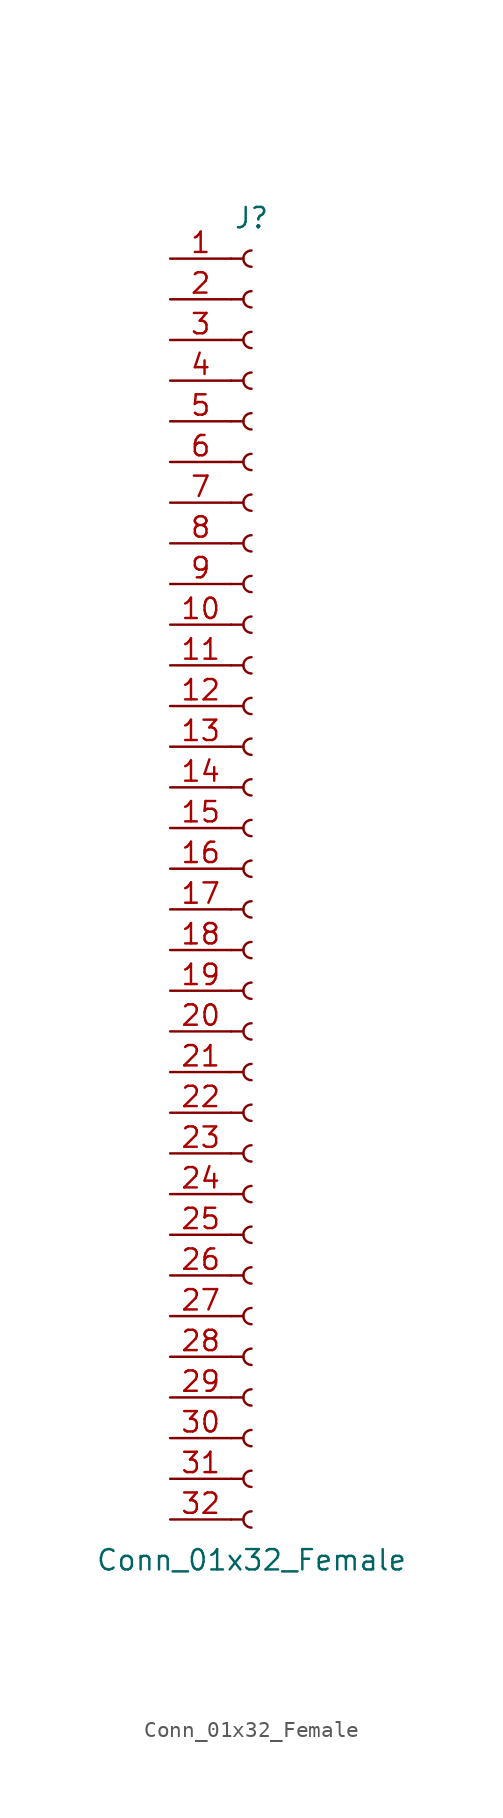
<source format=kicad_sym>
(kicad_symbol_lib
  (version 20220914)
  (generator kicad_symbol_editor)
  (symbol "Conn_01x32_Female"
    (pin_names
      (offset 1.016) hide)
    (property "Reference" "J"
      (at 0 40.64 0)
      (effects (font (size 1.27 1.27))))
    (property "Value" "Conn_01x32_Female"
      (at 0 -43.18 0)
      (effects (font (size 1.27 1.27))))
    (symbol "Conn_01x32_Female_1_1"
      (arc (start 0 -40.132) (mid -0.5058 -40.64) (end 0 -41.148) (stroke (width 0.1524) (type solid)) (fill (type none)))
      (arc (start 0 -37.592) (mid -0.5058 -38.1) (end 0 -38.608) (stroke (width 0.1524) (type solid)) (fill (type none)))
      (arc (start 0 -35.052) (mid -0.5058 -35.56) (end 0 -36.068) (stroke (width 0.1524) (type solid)) (fill (type none)))
      (arc (start 0 -32.512) (mid -0.5058 -33.02) (end 0 -33.528) (stroke (width 0.1524) (type solid)) (fill (type none)))
      (arc (start 0 -29.972) (mid -0.5058 -30.48) (end 0 -30.988) (stroke (width 0.1524) (type solid)) (fill (type none)))
      (arc (start 0 -27.432) (mid -0.5058 -27.94) (end 0 -28.448) (stroke (width 0.1524) (type solid)) (fill (type none)))
      (arc (start 0 -24.892) (mid -0.5058 -25.4) (end 0 -25.908) (stroke (width 0.1524) (type solid)) (fill (type none)))
      (arc (start 0 -22.352) (mid -0.5058 -22.86) (end 0 -23.368) (stroke (width 0.1524) (type solid)) (fill (type none)))
      (arc (start 0 -19.812) (mid -0.5058 -20.32) (end 0 -20.828) (stroke (width 0.1524) (type solid)) (fill (type none)))
      (arc (start 0 -17.272) (mid -0.5058 -17.78) (end 0 -18.288) (stroke (width 0.1524) (type solid)) (fill (type none)))
      (arc (start 0 -14.732) (mid -0.5058 -15.24) (end 0 -15.748) (stroke (width 0.1524) (type solid)) (fill (type none)))
      (arc (start 0 -12.192) (mid -0.5058 -12.7) (end 0 -13.208) (stroke (width 0.1524) (type solid)) (fill (type none)))
      (arc (start 0 -9.652) (mid -0.5058 -10.16) (end 0 -10.668) (stroke (width 0.1524) (type solid)) (fill (type none)))
      (arc (start 0 -7.112) (mid -0.5058 -7.62) (end 0 -8.128) (stroke (width 0.1524) (type solid)) (fill (type none)))
      (arc (start 0 -4.572) (mid -0.5058 -5.08) (end 0 -5.588) (stroke (width 0.1524) (type solid)) (fill (type none)))
      (arc (start 0 -2.032) (mid -0.5058 -2.54) (end 0 -3.048) (stroke (width 0.1524) (type solid)) (fill (type none)))
      (polyline (pts (xy -1.27 -40.64) (xy -0.508 -40.64)) (stroke (width 0.152) (type solid)) (fill (type none)))
      (polyline (pts (xy -1.27 -38.1) (xy -0.508 -38.1)) (stroke (width 0.152) (type solid)) (fill (type none)))
      (polyline (pts (xy -1.27 -35.56) (xy -0.508 -35.56)) (stroke (width 0.152) (type solid)) (fill (type none)))
      (polyline (pts (xy -1.27 -33.02) (xy -0.508 -33.02)) (stroke (width 0.152) (type solid)) (fill (type none)))
      (polyline (pts (xy -1.27 -30.48) (xy -0.508 -30.48)) (stroke (width 0.152) (type solid)) (fill (type none)))
      (polyline (pts (xy -1.27 -27.94) (xy -0.508 -27.94)) (stroke (width 0.152) (type solid)) (fill (type none)))
      (polyline (pts (xy -1.27 -25.4) (xy -0.508 -25.4)) (stroke (width 0.152) (type solid)) (fill (type none)))
      (polyline (pts (xy -1.27 -22.86) (xy -0.508 -22.86)) (stroke (width 0.152) (type solid)) (fill (type none)))
      (polyline (pts (xy -1.27 -20.32) (xy -0.508 -20.32)) (stroke (width 0.152) (type solid)) (fill (type none)))
      (polyline (pts (xy -1.27 -17.78) (xy -0.508 -17.78)) (stroke (width 0.152) (type solid)) (fill (type none)))
      (polyline (pts (xy -1.27 -15.24) (xy -0.508 -15.24)) (stroke (width 0.152) (type solid)) (fill (type none)))
      (polyline (pts (xy -1.27 -12.7) (xy -0.508 -12.7)) (stroke (width 0.152) (type solid)) (fill (type none)))
      (polyline (pts (xy -1.27 -10.16) (xy -0.508 -10.16)) (stroke (width 0.152) (type solid)) (fill (type none)))
      (polyline (pts (xy -1.27 -7.62) (xy -0.508 -7.62)) (stroke (width 0.152) (type solid)) (fill (type none)))
      (polyline (pts (xy -1.27 -5.08) (xy -0.508 -5.08)) (stroke (width 0.152) (type solid)) (fill (type none)))
      (polyline (pts (xy -1.27 -2.54) (xy -0.508 -2.54)) (stroke (width 0.152) (type solid)) (fill (type none)))
      (polyline (pts (xy -1.27 0) (xy -0.508 0)) (stroke (width 0.152) (type solid)) (fill (type none)))
      (polyline (pts (xy -1.27 2.54) (xy -0.508 2.54)) (stroke (width 0.152) (type solid)) (fill (type none)))
      (polyline (pts (xy -1.27 5.08) (xy -0.508 5.08)) (stroke (width 0.152) (type solid)) (fill (type none)))
      (polyline (pts (xy -1.27 7.62) (xy -0.508 7.62)) (stroke (width 0.152) (type solid)) (fill (type none)))
      (polyline (pts (xy -1.27 10.16) (xy -0.508 10.16)) (stroke (width 0.152) (type solid)) (fill (type none)))
      (polyline (pts (xy -1.27 12.7) (xy -0.508 12.7)) (stroke (width 0.152) (type solid)) (fill (type none)))
      (polyline (pts (xy -1.27 15.24) (xy -0.508 15.24)) (stroke (width 0.152) (type solid)) (fill (type none)))
      (polyline (pts (xy -1.27 17.78) (xy -0.508 17.78)) (stroke (width 0.152) (type solid)) (fill (type none)))
      (polyline (pts (xy -1.27 20.32) (xy -0.508 20.32)) (stroke (width 0.152) (type solid)) (fill (type none)))
      (polyline (pts (xy -1.27 22.86) (xy -0.508 22.86)) (stroke (width 0.152) (type solid)) (fill (type none)))
      (polyline (pts (xy -1.27 25.4) (xy -0.508 25.4)) (stroke (width 0.152) (type solid)) (fill (type none)))
      (polyline (pts (xy -1.27 27.94) (xy -0.508 27.94)) (stroke (width 0.152) (type solid)) (fill (type none)))
      (polyline (pts (xy -1.27 30.48) (xy -0.508 30.48)) (stroke (width 0.152) (type solid)) (fill (type none)))
      (polyline (pts (xy -1.27 33.02) (xy -0.508 33.02)) (stroke (width 0.152) (type solid)) (fill (type none)))
      (polyline (pts (xy -1.27 35.56) (xy -0.508 35.56)) (stroke (width 0.152) (type solid)) (fill (type none)))
      (polyline (pts (xy -1.27 38.1) (xy -0.508 38.1)) (stroke (width 0.152) (type solid)) (fill (type none)))
      (arc (start 0 0.508) (mid -0.5058 0) (end 0 -0.508) (stroke (width 0.1524) (type solid)) (fill (type none)))
      (arc (start 0 3.048) (mid -0.5058 2.54) (end 0 2.032) (stroke (width 0.1524) (type solid)) (fill (type none)))
      (arc (start 0 5.588) (mid -0.5058 5.08) (end 0 4.572) (stroke (width 0.1524) (type solid)) (fill (type none)))
      (arc (start 0 8.128) (mid -0.5058 7.62) (end 0 7.112) (stroke (width 0.1524) (type solid)) (fill (type none)))
      (arc (start 0 10.668) (mid -0.5058 10.16) (end 0 9.652) (stroke (width 0.1524) (type solid)) (fill (type none)))
      (arc (start 0 13.208) (mid -0.5058 12.7) (end 0 12.192) (stroke (width 0.1524) (type solid)) (fill (type none)))
      (arc (start 0 15.748) (mid -0.5058 15.24) (end 0 14.732) (stroke (width 0.1524) (type solid)) (fill (type none)))
      (arc (start 0 18.288) (mid -0.5058 17.78) (end 0 17.272) (stroke (width 0.1524) (type solid)) (fill (type none)))
      (arc (start 0 20.828) (mid -0.5058 20.32) (end 0 19.812) (stroke (width 0.1524) (type solid)) (fill (type none)))
      (arc (start 0 23.368) (mid -0.5058 22.86) (end 0 22.352) (stroke (width 0.1524) (type solid)) (fill (type none)))
      (arc (start 0 25.908) (mid -0.5058 25.4) (end 0 24.892) (stroke (width 0.1524) (type solid)) (fill (type none)))
      (arc (start 0 28.448) (mid -0.5058 27.94) (end 0 27.432) (stroke (width 0.1524) (type solid)) (fill (type none)))
      (arc (start 0 30.988) (mid -0.5058 30.48) (end 0 29.972) (stroke (width 0.1524) (type solid)) (fill (type none)))
      (arc (start 0 33.528) (mid -0.5058 33.02) (end 0 32.512) (stroke (width 0.1524) (type solid)) (fill (type none)))
      (arc (start 0 36.068) (mid -0.5058 35.56) (end 0 35.052) (stroke (width 0.1524) (type solid)) (fill (type none)))
      (arc (start 0 38.608) (mid -0.5058 38.1) (end 0 37.592) (stroke (width 0.1524) (type solid)) (fill (type none)))
      (pin passive line (at -5.08 38.1 0) (length 3.81) (name "Pin_1" (effects (font (size 1.27 1.27)))) (number "1" (effects (font (size 1.27 1.27)))))
      (pin passive line (at -5.08 15.24 0) (length 3.81) (name "Pin_10" (effects (font (size 1.27 1.27)))) (number "10" (effects (font (size 1.27 1.27)))))
      (pin passive line (at -5.08 12.7 0) (length 3.81) (name "Pin_11" (effects (font (size 1.27 1.27)))) (number "11" (effects (font (size 1.27 1.27)))))
      (pin passive line (at -5.08 10.16 0) (length 3.81) (name "Pin_12" (effects (font (size 1.27 1.27)))) (number "12" (effects (font (size 1.27 1.27)))))
      (pin passive line (at -5.08 7.62 0) (length 3.81) (name "Pin_13" (effects (font (size 1.27 1.27)))) (number "13" (effects (font (size 1.27 1.27)))))
      (pin passive line (at -5.08 5.08 0) (length 3.81) (name "Pin_14" (effects (font (size 1.27 1.27)))) (number "14" (effects (font (size 1.27 1.27)))))
      (pin passive line (at -5.08 2.54 0) (length 3.81) (name "Pin_15" (effects (font (size 1.27 1.27)))) (number "15" (effects (font (size 1.27 1.27)))))
      (pin passive line (at -5.08 0 0) (length 3.81) (name "Pin_16" (effects (font (size 1.27 1.27)))) (number "16" (effects (font (size 1.27 1.27)))))
      (pin passive line (at -5.08 -2.54 0) (length 3.81) (name "Pin_17" (effects (font (size 1.27 1.27)))) (number "17" (effects (font (size 1.27 1.27)))))
      (pin passive line (at -5.08 -5.08 0) (length 3.81) (name "Pin_18" (effects (font (size 1.27 1.27)))) (number "18" (effects (font (size 1.27 1.27)))))
      (pin passive line (at -5.08 -7.62 0) (length 3.81) (name "Pin_19" (effects (font (size 1.27 1.27)))) (number "19" (effects (font (size 1.27 1.27)))))
      (pin passive line (at -5.08 35.56 0) (length 3.81) (name "Pin_2" (effects (font (size 1.27 1.27)))) (number "2" (effects (font (size 1.27 1.27)))))
      (pin passive line (at -5.08 -10.16 0) (length 3.81) (name "Pin_20" (effects (font (size 1.27 1.27)))) (number "20" (effects (font (size 1.27 1.27)))))
      (pin passive line (at -5.08 -12.7 0) (length 3.81) (name "Pin_21" (effects (font (size 1.27 1.27)))) (number "21" (effects (font (size 1.27 1.27)))))
      (pin passive line (at -5.08 -15.24 0) (length 3.81) (name "Pin_22" (effects (font (size 1.27 1.27)))) (number "22" (effects (font (size 1.27 1.27)))))
      (pin passive line (at -5.08 -17.78 0) (length 3.81) (name "Pin_23" (effects (font (size 1.27 1.27)))) (number "23" (effects (font (size 1.27 1.27)))))
      (pin passive line (at -5.08 -20.32 0) (length 3.81) (name "Pin_24" (effects (font (size 1.27 1.27)))) (number "24" (effects (font (size 1.27 1.27)))))
      (pin passive line (at -5.08 -22.86 0) (length 3.81) (name "Pin_25" (effects (font (size 1.27 1.27)))) (number "25" (effects (font (size 1.27 1.27)))))
      (pin passive line (at -5.08 -25.4 0) (length 3.81) (name "Pin_26" (effects (font (size 1.27 1.27)))) (number "26" (effects (font (size 1.27 1.27)))))
      (pin passive line (at -5.08 -27.94 0) (length 3.81) (name "Pin_27" (effects (font (size 1.27 1.27)))) (number "27" (effects (font (size 1.27 1.27)))))
      (pin passive line (at -5.08 -30.48 0) (length 3.81) (name "Pin_28" (effects (font (size 1.27 1.27)))) (number "28" (effects (font (size 1.27 1.27)))))
      (pin passive line (at -5.08 -33.02 0) (length 3.81) (name "Pin_29" (effects (font (size 1.27 1.27)))) (number "29" (effects (font (size 1.27 1.27)))))
      (pin passive line (at -5.08 33.02 0) (length 3.81) (name "Pin_3" (effects (font (size 1.27 1.27)))) (number "3" (effects (font (size 1.27 1.27)))))
      (pin passive line (at -5.08 -35.56 0) (length 3.81) (name "Pin_30" (effects (font (size 1.27 1.27)))) (number "30" (effects (font (size 1.27 1.27)))))
      (pin passive line (at -5.08 -38.1 0) (length 3.81) (name "Pin_31" (effects (font (size 1.27 1.27)))) (number "31" (effects (font (size 1.27 1.27)))))
      (pin passive line (at -5.08 -40.64 0) (length 3.81) (name "Pin_32" (effects (font (size 1.27 1.27)))) (number "32" (effects (font (size 1.27 1.27)))))
      (pin passive line (at -5.08 30.48 0) (length 3.81) (name "Pin_4" (effects (font (size 1.27 1.27)))) (number "4" (effects (font (size 1.27 1.27)))))
      (pin passive line (at -5.08 27.94 0) (length 3.81) (name "Pin_5" (effects (font (size 1.27 1.27)))) (number "5" (effects (font (size 1.27 1.27)))))
      (pin passive line (at -5.08 25.4 0) (length 3.81) (name "Pin_6" (effects (font (size 1.27 1.27)))) (number "6" (effects (font (size 1.27 1.27)))))
      (pin passive line (at -5.08 22.86 0) (length 3.81) (name "Pin_7" (effects (font (size 1.27 1.27)))) (number "7" (effects (font (size 1.27 1.27)))))
      (pin passive line (at -5.08 20.32 0) (length 3.81) (name "Pin_8" (effects (font (size 1.27 1.27)))) (number "8" (effects (font (size 1.27 1.27)))))
      (pin passive line (at -5.08 17.78 0) (length 3.81) (name "Pin_9" (effects (font (size 1.27 1.27)))) (number "9" (effects (font (size 1.27 1.27))))))))
</source>
